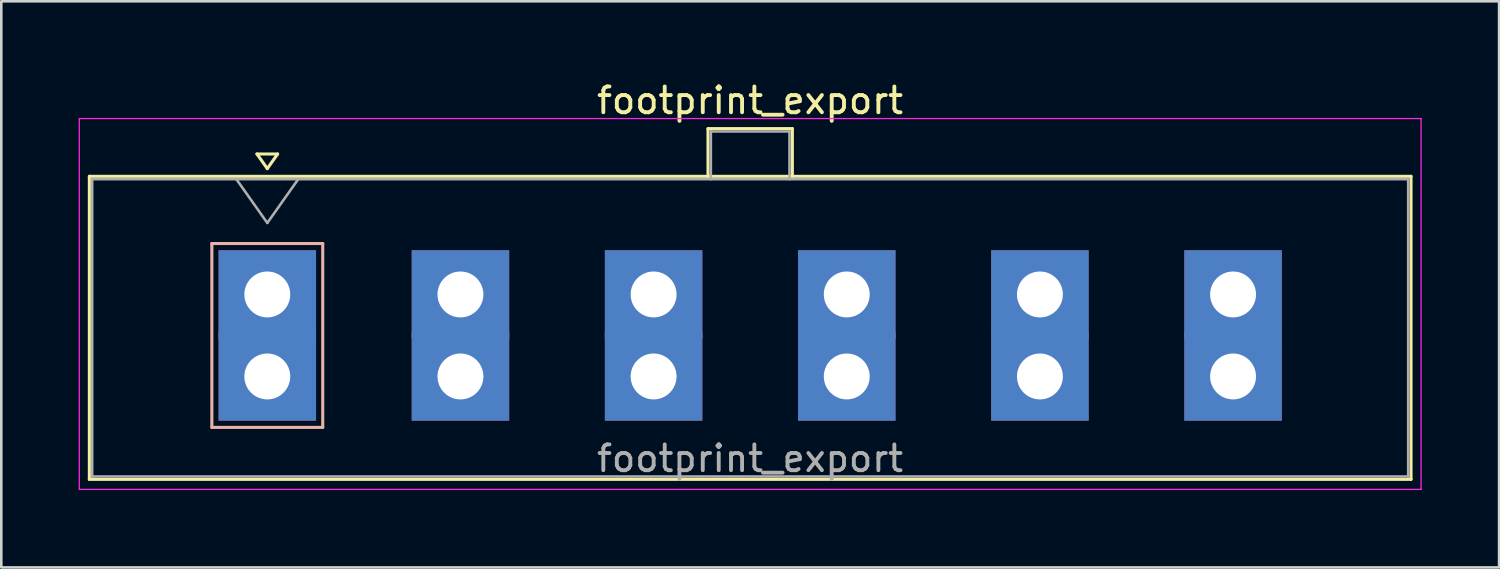
<source format=kicad_pcb>
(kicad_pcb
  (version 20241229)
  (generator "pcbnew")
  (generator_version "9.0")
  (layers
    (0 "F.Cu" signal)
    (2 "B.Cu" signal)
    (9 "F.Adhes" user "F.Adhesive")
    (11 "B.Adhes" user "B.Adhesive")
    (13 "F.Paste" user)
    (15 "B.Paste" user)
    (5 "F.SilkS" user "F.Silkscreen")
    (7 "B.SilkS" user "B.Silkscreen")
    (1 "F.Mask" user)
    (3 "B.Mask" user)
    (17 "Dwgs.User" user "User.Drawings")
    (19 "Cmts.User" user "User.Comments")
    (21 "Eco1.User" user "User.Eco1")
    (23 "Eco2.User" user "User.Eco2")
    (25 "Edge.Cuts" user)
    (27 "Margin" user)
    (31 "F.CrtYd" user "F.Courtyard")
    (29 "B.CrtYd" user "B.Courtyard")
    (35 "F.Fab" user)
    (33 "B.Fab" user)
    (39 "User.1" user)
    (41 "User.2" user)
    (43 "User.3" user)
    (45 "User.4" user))
  (footprint "footprint_export"
    (layer "F.Cu")
    (at 7.315 11.548)
    (property "Reference" "footprint_export" (at 18.72 -10.7 0) (layer "F.SilkS") (effects (font (size 1 1) (thickness 0.15))))
    (attr through_hole)
    (fp_line (start -6.9 -7.76) (end -6.9 3.99) (stroke (width 0.12) (type solid)) (layer "F.SilkS"))
    (fp_line (start -6.9 3.99) (end 44.35 3.99) (stroke (width 0.12) (type solid)) (layer "F.SilkS"))
    (fp_line (start -0.4 -8.626) (end 0 -8.06) (stroke (width 0.12) (type solid)) (layer "F.SilkS"))
    (fp_line (start 0 -8.06) (end 0.4 -8.626) (stroke (width 0.12) (type solid)) (layer "F.SilkS"))
    (fp_line (start 0.4 -8.626) (end -0.4 -8.626) (stroke (width 0.12) (type solid)) (layer "F.SilkS"))
    (fp_line (start 17.09 -9.61) (end 20.36 -9.61) (stroke (width 0.12) (type solid)) (layer "F.SilkS"))
    (fp_line (start 17.09 -7.76) (end 17.09 -9.61) (stroke (width 0.12) (type solid)) (layer "F.SilkS"))
    (fp_line (start 20.36 -9.61) (end 20.36 -7.76) (stroke (width 0.12) (type solid)) (layer "F.SilkS"))
    (fp_line (start 44.35 -7.76) (end -6.9 -7.76) (stroke (width 0.12) (type solid)) (layer "F.SilkS"))
    (fp_line (start 44.35 3.99) (end 44.35 -7.76) (stroke (width 0.12) (type solid)) (layer "F.SilkS"))
    (fp_line (start -2.15 -5.155) (end -2.15 1.975) (stroke (width 0.12) (type solid)) (layer "B.SilkS"))
    (fp_line (start -2.15 1.975) (end 2.15 1.975) (stroke (width 0.12) (type solid)) (layer "B.SilkS"))
    (fp_line (start 2.15 -5.155) (end -2.15 -5.155) (stroke (width 0.12) (type solid)) (layer "B.SilkS"))
    (fp_line (start 2.15 1.975) (end 2.15 -5.155) (stroke (width 0.12) (type solid)) (layer "B.SilkS"))
    (fp_line (start -7.29 -10) (end -7.29 4.38) (stroke (width 0.05) (type solid)) (layer "F.CrtYd"))
    (fp_line (start -7.29 4.38) (end 44.74 4.38) (stroke (width 0.05) (type solid)) (layer "F.CrtYd"))
    (fp_line (start 44.74 -10) (end -7.29 -10) (stroke (width 0.05) (type solid)) (layer "F.CrtYd"))
    (fp_line (start 44.74 4.38) (end 44.74 -10) (stroke (width 0.05) (type solid)) (layer "F.CrtYd"))
    (fp_line (start -6.79 -7.65) (end -6.79 3.88) (stroke (width 0.1) (type solid)) (layer "F.Fab"))
    (fp_line (start -6.79 3.88) (end 44.24 3.88) (stroke (width 0.1) (type solid)) (layer "F.Fab"))
    (fp_line (start -1.2 -7.65) (end 0 -5.953) (stroke (width 0.1) (type solid)) (layer "F.Fab"))
    (fp_line (start 0 -5.953) (end 1.2 -7.65) (stroke (width 0.1) (type solid)) (layer "F.Fab"))
    (fp_line (start 17.2 -9.5) (end 20.25 -9.5) (stroke (width 0.1) (type solid)) (layer "F.Fab"))
    (fp_line (start 17.2 -7.65) (end 17.2 -9.5) (stroke (width 0.1) (type solid)) (layer "F.Fab"))
    (fp_line (start 20.25 -9.5) (end 20.25 -7.65) (stroke (width 0.1) (type solid)) (layer "F.Fab"))
    (fp_line (start 44.24 -7.65) (end -6.79 -7.65) (stroke (width 0.1) (type solid)) (layer "F.Fab"))
    (fp_line (start 44.24 3.88) (end 44.24 -7.65) (stroke (width 0.1) (type solid)) (layer "F.Fab"))
    (fp_text user "${REFERENCE}" (at 18.72 3.18 0) (layer "F.Fab") (effects (font (size 1 1) (thickness 0.15))))
    (pad "1" thru_hole rect (at 0 -3.18) (size 3.78 3.43) (drill 1.78) (layers "*.Cu" "*.Mask"))
    (pad "1" thru_hole rect (at 0 0) (size 3.78 3.43) (drill 1.78) (layers "*.Cu" "*.Mask"))
    (pad "2" thru_hole rect (at 7.49 -3.18) (size 3.78 3.43) (drill 1.78) (layers "*.Cu" "*.Mask"))
    (pad "2" thru_hole rect (at 7.49 0) (size 3.78 3.43) (drill 1.78) (layers "*.Cu" "*.Mask"))
    (pad "3" thru_hole rect (at 14.98 -3.18) (size 3.78 3.43) (drill 1.78) (layers "*.Cu" "*.Mask"))
    (pad "3" thru_hole rect (at 14.98 0) (size 3.78 3.43) (drill 1.78) (layers "*.Cu" "*.Mask"))
    (pad "4" thru_hole rect (at 22.47 -3.18) (size 3.78 3.43) (drill 1.78) (layers "*.Cu" "*.Mask"))
    (pad "4" thru_hole rect (at 22.47 0) (size 3.78 3.43) (drill 1.78) (layers "*.Cu" "*.Mask"))
    (pad "5" thru_hole rect (at 29.96 -3.18) (size 3.78 3.43) (drill 1.78) (layers "*.Cu" "*.Mask"))
    (pad "5" thru_hole rect (at 29.96 0) (size 3.78 3.43) (drill 1.78) (layers "*.Cu" "*.Mask"))
    (pad "6" thru_hole rect (at 37.45 -3.18) (size 3.78 3.43) (drill 1.78) (layers "*.Cu" "*.Mask"))
    (pad "6" thru_hole rect (at 37.45 0) (size 3.78 3.43) (drill 1.78) (layers "*.Cu" "*.Mask")))
  (gr_rect
    (start -3 -3)
    (end 55.08 18.953)
    (stroke (width 0.1) (type default))
    (fill no)
    (layer "Edge.Cuts")))
</source>
